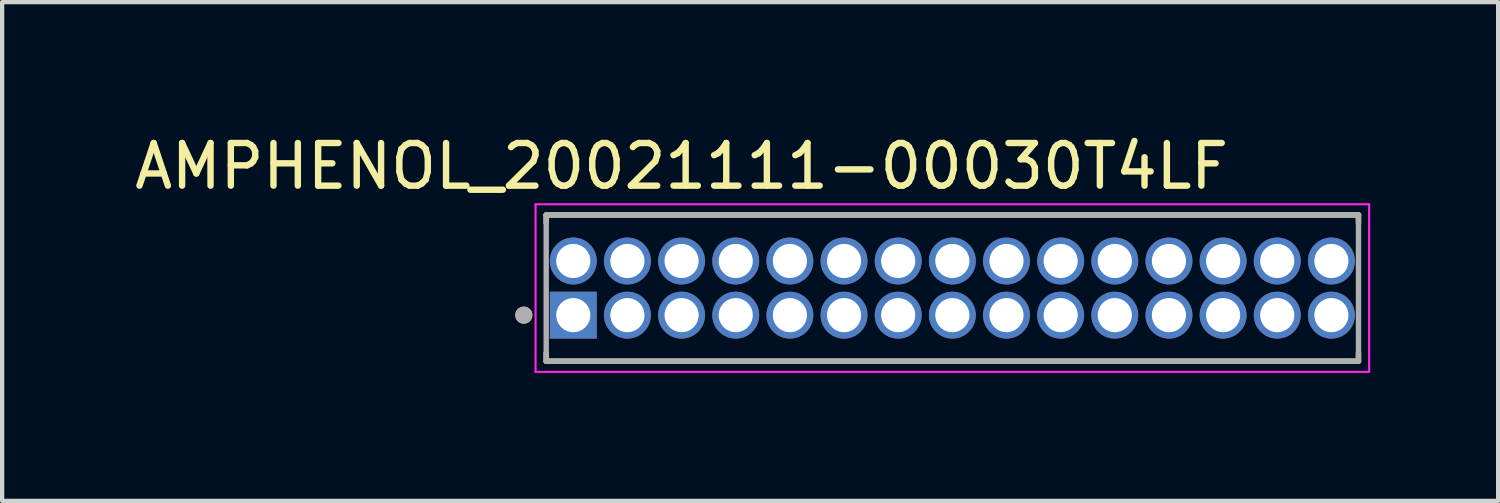
<source format=kicad_pcb>
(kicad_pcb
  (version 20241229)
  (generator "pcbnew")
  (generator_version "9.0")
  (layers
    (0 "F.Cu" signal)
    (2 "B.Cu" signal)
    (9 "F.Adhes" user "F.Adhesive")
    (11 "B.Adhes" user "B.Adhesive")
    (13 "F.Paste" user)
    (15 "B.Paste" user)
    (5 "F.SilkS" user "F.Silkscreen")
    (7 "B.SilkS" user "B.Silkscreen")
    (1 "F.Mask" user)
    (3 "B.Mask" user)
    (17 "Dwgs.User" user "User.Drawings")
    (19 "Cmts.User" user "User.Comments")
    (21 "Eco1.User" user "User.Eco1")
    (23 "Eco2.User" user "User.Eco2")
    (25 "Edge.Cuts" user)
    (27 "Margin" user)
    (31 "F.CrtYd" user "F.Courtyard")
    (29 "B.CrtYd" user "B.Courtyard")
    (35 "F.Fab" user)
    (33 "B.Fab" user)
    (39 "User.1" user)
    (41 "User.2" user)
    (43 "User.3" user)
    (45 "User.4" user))
  (footprint "AMPHENOL_20021111-00030T4LF"
    (layer "F.Cu")
    (at 19.285 3.706)
    (property "Reference" "AMPHENOL_20021111-00030T4LF" (at -6.35 -2.857 0) (layer "F.SilkS") (effects (font (size 1 1) (thickness 0.15))))
    (attr through_hole)
    (fp_line (start -9.525 -1.715) (end -9.525 -1.524) (stroke (width 0.127) (type solid)) (layer "F.SilkS"))
    (fp_line (start -9.525 1.715) (end -9.525 1.524) (stroke (width 0.127) (type solid)) (layer "F.SilkS"))
    (fp_line (start -9.525 1.715) (end 9.525 1.715) (stroke (width 0.127) (type solid)) (layer "F.SilkS"))
    (fp_line (start 9.525 -1.715) (end -9.525 -1.715) (stroke (width 0.127) (type solid)) (layer "F.SilkS"))
    (fp_line (start 9.525 -1.524) (end 9.525 -1.715) (stroke (width 0.127) (type solid)) (layer "F.SilkS"))
    (fp_line (start 9.525 1.715) (end 9.525 1.524) (stroke (width 0.127) (type solid)) (layer "F.SilkS"))
    (fp_circle (center -10.05 0.635) (end -9.95 0.635) (stroke (width 0.2) (type solid)) (fill no) (layer "F.SilkS"))
    (fp_line (start -9.775 -1.965) (end -9.775 1.965) (stroke (width 0.05) (type solid)) (layer "F.CrtYd"))
    (fp_line (start -9.775 1.965) (end 9.775 1.965) (stroke (width 0.05) (type solid)) (layer "F.CrtYd"))
    (fp_line (start 9.775 -1.965) (end -9.775 -1.965) (stroke (width 0.05) (type solid)) (layer "F.CrtYd"))
    (fp_line (start 9.775 1.965) (end 9.775 -1.965) (stroke (width 0.05) (type solid)) (layer "F.CrtYd"))
    (fp_line (start -9.525 -1.715) (end -9.525 1.715) (stroke (width 0.127) (type solid)) (layer "F.Fab"))
    (fp_line (start -9.525 1.715) (end 9.525 1.715) (stroke (width 0.127) (type solid)) (layer "F.Fab"))
    (fp_line (start 9.525 -1.715) (end -9.525 -1.715) (stroke (width 0.127) (type solid)) (layer "F.Fab"))
    (fp_line (start 9.525 1.715) (end 9.525 -1.715) (stroke (width 0.127) (type solid)) (layer "F.Fab"))
    (fp_circle (center -10.05 0.635) (end -9.95 0.635) (stroke (width 0.2) (type solid)) (fill no) (layer "F.Fab"))
    (pad "1" thru_hole rect (at -8.89 0.635) (size 1.1 1.1) (drill 0.8) (layers "*.Cu" "*.Mask"))
    (pad "2" thru_hole circle (at -8.89 -0.635) (size 1.1 1.1) (drill 0.8) (layers "*.Cu" "*.Mask"))
    (pad "3" thru_hole circle (at -7.62 0.635) (size 1.1 1.1) (drill 0.8) (layers "*.Cu" "*.Mask"))
    (pad "4" thru_hole circle (at -7.62 -0.635) (size 1.1 1.1) (drill 0.8) (layers "*.Cu" "*.Mask"))
    (pad "5" thru_hole circle (at -6.35 0.635) (size 1.1 1.1) (drill 0.8) (layers "*.Cu" "*.Mask"))
    (pad "6" thru_hole circle (at -6.35 -0.635) (size 1.1 1.1) (drill 0.8) (layers "*.Cu" "*.Mask"))
    (pad "7" thru_hole circle (at -5.08 0.635) (size 1.1 1.1) (drill 0.8) (layers "*.Cu" "*.Mask"))
    (pad "8" thru_hole circle (at -5.08 -0.635) (size 1.1 1.1) (drill 0.8) (layers "*.Cu" "*.Mask"))
    (pad "9" thru_hole circle (at -3.81 0.635) (size 1.1 1.1) (drill 0.8) (layers "*.Cu" "*.Mask"))
    (pad "10" thru_hole circle (at -3.81 -0.635) (size 1.1 1.1) (drill 0.8) (layers "*.Cu" "*.Mask"))
    (pad "11" thru_hole circle (at -2.54 0.635) (size 1.1 1.1) (drill 0.8) (layers "*.Cu" "*.Mask"))
    (pad "12" thru_hole circle (at -2.54 -0.635) (size 1.1 1.1) (drill 0.8) (layers "*.Cu" "*.Mask"))
    (pad "13" thru_hole circle (at -1.27 0.635) (size 1.1 1.1) (drill 0.8) (layers "*.Cu" "*.Mask"))
    (pad "14" thru_hole circle (at -1.27 -0.635) (size 1.1 1.1) (drill 0.8) (layers "*.Cu" "*.Mask"))
    (pad "15" thru_hole circle (at 0 0.635) (size 1.1 1.1) (drill 0.8) (layers "*.Cu" "*.Mask"))
    (pad "16" thru_hole circle (at 0 -0.635) (size 1.1 1.1) (drill 0.8) (layers "*.Cu" "*.Mask"))
    (pad "17" thru_hole circle (at 1.27 0.635) (size 1.1 1.1) (drill 0.8) (layers "*.Cu" "*.Mask"))
    (pad "18" thru_hole circle (at 1.27 -0.635) (size 1.1 1.1) (drill 0.8) (layers "*.Cu" "*.Mask"))
    (pad "19" thru_hole circle (at 2.54 0.635) (size 1.1 1.1) (drill 0.8) (layers "*.Cu" "*.Mask"))
    (pad "20" thru_hole circle (at 2.54 -0.635) (size 1.1 1.1) (drill 0.8) (layers "*.Cu" "*.Mask"))
    (pad "21" thru_hole circle (at 3.81 0.635) (size 1.1 1.1) (drill 0.8) (layers "*.Cu" "*.Mask"))
    (pad "22" thru_hole circle (at 3.81 -0.635) (size 1.1 1.1) (drill 0.8) (layers "*.Cu" "*.Mask"))
    (pad "23" thru_hole circle (at 5.08 0.635) (size 1.1 1.1) (drill 0.8) (layers "*.Cu" "*.Mask"))
    (pad "24" thru_hole circle (at 5.08 -0.635) (size 1.1 1.1) (drill 0.8) (layers "*.Cu" "*.Mask"))
    (pad "25" thru_hole circle (at 6.35 0.635) (size 1.1 1.1) (drill 0.8) (layers "*.Cu" "*.Mask"))
    (pad "26" thru_hole circle (at 6.35 -0.635) (size 1.1 1.1) (drill 0.8) (layers "*.Cu" "*.Mask"))
    (pad "27" thru_hole circle (at 7.62 0.635) (size 1.1 1.1) (drill 0.8) (layers "*.Cu" "*.Mask"))
    (pad "28" thru_hole circle (at 7.62 -0.635) (size 1.1 1.1) (drill 0.8) (layers "*.Cu" "*.Mask"))
    (pad "29" thru_hole circle (at 8.89 0.635) (size 1.1 1.1) (drill 0.8) (layers "*.Cu" "*.Mask"))
    (pad "30" thru_hole circle (at 8.89 -0.635) (size 1.1 1.1) (drill 0.8) (layers "*.Cu" "*.Mask")))
  (gr_rect
    (start -3 -3)
    (end 32.085 8.696)
    (stroke (width 0.1) (type default))
    (fill no)
    (layer "Edge.Cuts")))
</source>
